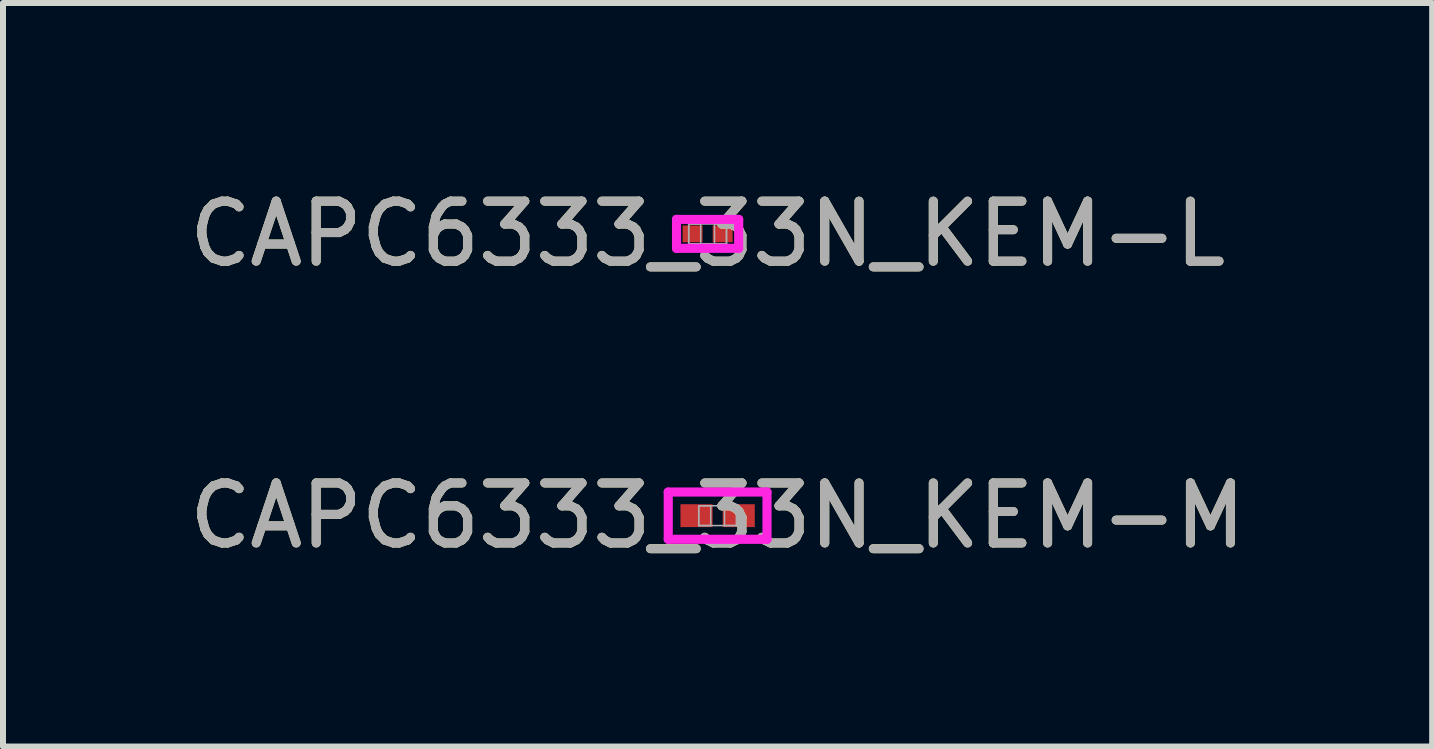
<source format=kicad_pcb>
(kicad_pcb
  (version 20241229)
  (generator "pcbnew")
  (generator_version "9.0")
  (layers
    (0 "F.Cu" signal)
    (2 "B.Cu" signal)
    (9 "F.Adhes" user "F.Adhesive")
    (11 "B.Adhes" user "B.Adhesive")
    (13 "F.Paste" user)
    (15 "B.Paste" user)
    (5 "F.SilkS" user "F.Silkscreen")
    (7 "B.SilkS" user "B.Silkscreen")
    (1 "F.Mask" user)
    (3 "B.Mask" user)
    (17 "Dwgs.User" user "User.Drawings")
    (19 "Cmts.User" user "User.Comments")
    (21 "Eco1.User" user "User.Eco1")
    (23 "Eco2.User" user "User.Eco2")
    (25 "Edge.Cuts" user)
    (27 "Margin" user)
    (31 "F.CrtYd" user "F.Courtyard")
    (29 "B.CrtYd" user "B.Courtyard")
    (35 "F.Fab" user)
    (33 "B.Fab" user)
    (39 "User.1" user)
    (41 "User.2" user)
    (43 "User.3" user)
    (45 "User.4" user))
  (footprint "CAPC6333_33N_KEM-M"
    (layer "F.Cu")
    (at 8.911 5.545)
    (property "Reference" "CAPC6333_33N_KEM-M" (at 0 0 0) (unlocked yes) (layer "F.SilkS") (effects (font (size 1 1) (thickness 0.15))))
    (attr smd)
    (fp_line (start -0.823 -0.394) (end 0.823 -0.394) (stroke (width 0.152) (type solid)) (layer "F.CrtYd"))
    (fp_line (start -0.823 0.394) (end -0.823 -0.394) (stroke (width 0.152) (type solid)) (layer "F.CrtYd"))
    (fp_line (start 0.823 -0.394) (end 0.823 0.394) (stroke (width 0.152) (type solid)) (layer "F.CrtYd"))
    (fp_line (start 0.823 0.394) (end -0.823 0.394) (stroke (width 0.152) (type solid)) (layer "F.CrtYd"))
    (fp_line (start -0.315 -0.165) (end -0.315 0.165) (stroke (width 0.025) (type solid)) (layer "F.Fab"))
    (fp_line (start -0.315 -0.165) (end -0.315 0.165) (stroke (width 0.025) (type solid)) (layer "F.Fab"))
    (fp_line (start -0.315 0.165) (end -0.115 0.165) (stroke (width 0.025) (type solid)) (layer "F.Fab"))
    (fp_line (start -0.315 0.165) (end 0.315 0.165) (stroke (width 0.025) (type solid)) (layer "F.Fab"))
    (fp_line (start -0.115 -0.165) (end -0.315 -0.165) (stroke (width 0.025) (type solid)) (layer "F.Fab"))
    (fp_line (start -0.115 0.165) (end -0.115 -0.165) (stroke (width 0.025) (type solid)) (layer "F.Fab"))
    (fp_line (start 0.115 -0.165) (end 0.115 0.165) (stroke (width 0.025) (type solid)) (layer "F.Fab"))
    (fp_line (start 0.115 0.165) (end 0.315 0.165) (stroke (width 0.025) (type solid)) (layer "F.Fab"))
    (fp_line (start 0.315 -0.165) (end -0.315 -0.165) (stroke (width 0.025) (type solid)) (layer "F.Fab"))
    (fp_line (start 0.315 -0.165) (end 0.115 -0.165) (stroke (width 0.025) (type solid)) (layer "F.Fab"))
    (fp_line (start 0.315 0.165) (end 0.315 -0.165) (stroke (width 0.025) (type solid)) (layer "F.Fab"))
    (fp_line (start 0.315 0.165) (end 0.315 -0.165) (stroke (width 0.025) (type solid)) (layer "F.Fab"))
    (fp_text user "${REFERENCE}" (at 0 0 0) (unlocked yes) (layer "F.Fab") (effects (font (size 1 1) (thickness 0.15))))
    (pad "1" smd rect (at -0.352 0) (size 0.535 0.381) (layers "F.Cu" "F.Mask" "F.Paste"))
    (pad "2" smd rect (at 0.352 0) (size 0.535 0.381) (layers "F.Cu" "F.Mask" "F.Paste"))
    (zone (net_name "") (layer "F.Cu") (hatch full 0.508) (connect_pads) (min_thickness 0.254) (filled_areas_thickness no) (keepout (tracks not_allowed) (vias not_allowed) (pads allowed) (copperpour not_allowed) (footprints allowed)) (placement (enabled no)) (fill) (polygon (pts (xy 8.877 5.431) (xy 8.945 5.431) (xy 8.945 5.659) (xy 8.877 5.659)))))
  (footprint "CAPC6333_33N_KEM-L"
    (layer "F.Cu")
    (at 8.744 0.848)
    (property "Reference" "CAPC6333_33N_KEM-L" (at 0 0 0) (unlocked yes) (layer "F.SilkS") (effects (font (size 1 1) (thickness 0.15))))
    (attr smd)
    (fp_line (start -0.518 -0.241) (end 0.518 -0.241) (stroke (width 0.152) (type solid)) (layer "F.CrtYd"))
    (fp_line (start -0.518 0.241) (end -0.518 -0.241) (stroke (width 0.152) (type solid)) (layer "F.CrtYd"))
    (fp_line (start 0.518 -0.241) (end 0.518 0.241) (stroke (width 0.152) (type solid)) (layer "F.CrtYd"))
    (fp_line (start 0.518 0.241) (end -0.518 0.241) (stroke (width 0.152) (type solid)) (layer "F.CrtYd"))
    (fp_line (start -0.315 -0.165) (end -0.315 0.165) (stroke (width 0.025) (type solid)) (layer "F.Fab"))
    (fp_line (start -0.315 -0.165) (end -0.315 0.165) (stroke (width 0.025) (type solid)) (layer "F.Fab"))
    (fp_line (start -0.315 0.165) (end -0.115 0.165) (stroke (width 0.025) (type solid)) (layer "F.Fab"))
    (fp_line (start -0.315 0.165) (end 0.315 0.165) (stroke (width 0.025) (type solid)) (layer "F.Fab"))
    (fp_line (start -0.115 -0.165) (end -0.315 -0.165) (stroke (width 0.025) (type solid)) (layer "F.Fab"))
    (fp_line (start -0.115 0.165) (end -0.115 -0.165) (stroke (width 0.025) (type solid)) (layer "F.Fab"))
    (fp_line (start 0.115 -0.165) (end 0.115 0.165) (stroke (width 0.025) (type solid)) (layer "F.Fab"))
    (fp_line (start 0.115 0.165) (end 0.315 0.165) (stroke (width 0.025) (type solid)) (layer "F.Fab"))
    (fp_line (start 0.315 -0.165) (end -0.315 -0.165) (stroke (width 0.025) (type solid)) (layer "F.Fab"))
    (fp_line (start 0.315 -0.165) (end 0.115 -0.165) (stroke (width 0.025) (type solid)) (layer "F.Fab"))
    (fp_line (start 0.315 0.165) (end 0.315 -0.165) (stroke (width 0.025) (type solid)) (layer "F.Fab"))
    (fp_line (start 0.315 0.165) (end 0.315 -0.165) (stroke (width 0.025) (type solid)) (layer "F.Fab"))
    (fp_text user "${REFERENCE}" (at 0 0 0) (unlocked yes) (layer "F.Fab") (effects (font (size 1 1) (thickness 0.15))))
    (pad "1" smd rect (at -0.251 0) (size 0.332 0.279) (layers "F.Cu" "F.Mask" "F.Paste"))
    (pad "2" smd rect (at 0.251 0) (size 0.332 0.279) (layers "F.Cu" "F.Mask" "F.Paste"))
    (zone (net_name "") (layer "F.Cu") (hatch full 0.508) (connect_pads) (min_thickness 0.254) (filled_areas_thickness no) (keepout (tracks not_allowed) (vias not_allowed) (pads allowed) (copperpour not_allowed) (footprints allowed)) (placement (enabled no)) (fill) (polygon (pts (xy 8.71 0.734) (xy 8.778 0.734) (xy 8.778 0.962) (xy 8.71 0.962)))))
  (gr_rect
    (start -3 -3)
    (end 20.821 9.393)
    (stroke (width 0.1) (type default))
    (fill no)
    (layer "Edge.Cuts")))
</source>
